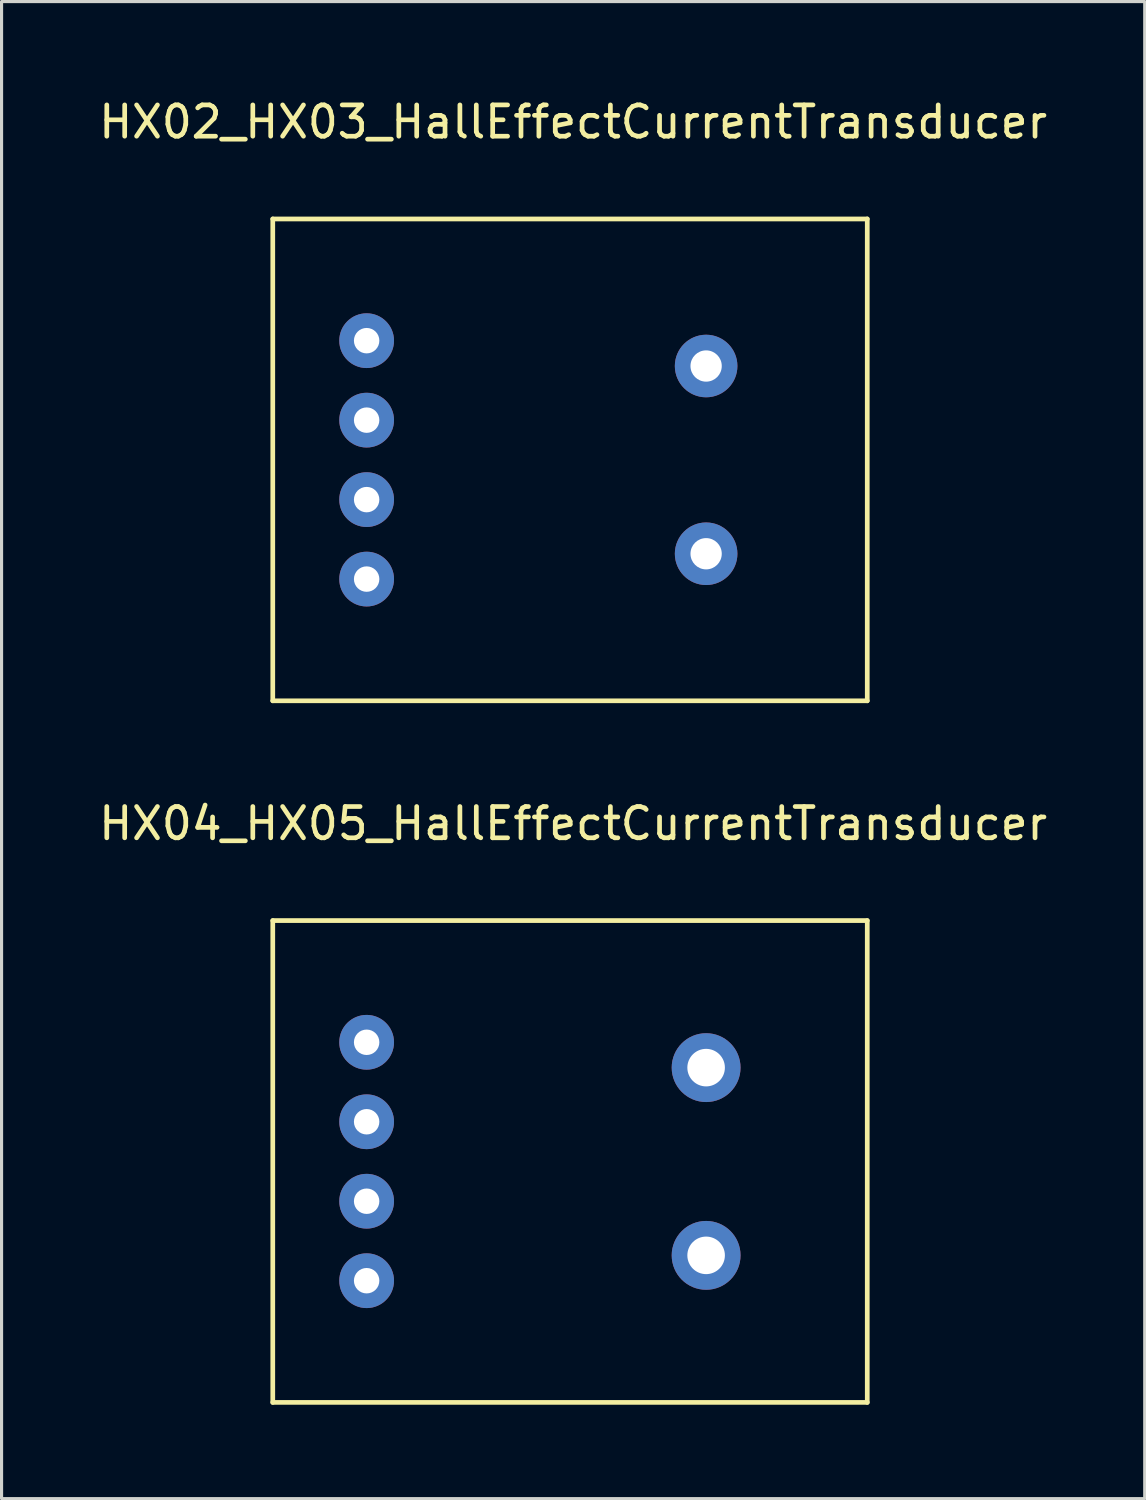
<source format=kicad_pcb>
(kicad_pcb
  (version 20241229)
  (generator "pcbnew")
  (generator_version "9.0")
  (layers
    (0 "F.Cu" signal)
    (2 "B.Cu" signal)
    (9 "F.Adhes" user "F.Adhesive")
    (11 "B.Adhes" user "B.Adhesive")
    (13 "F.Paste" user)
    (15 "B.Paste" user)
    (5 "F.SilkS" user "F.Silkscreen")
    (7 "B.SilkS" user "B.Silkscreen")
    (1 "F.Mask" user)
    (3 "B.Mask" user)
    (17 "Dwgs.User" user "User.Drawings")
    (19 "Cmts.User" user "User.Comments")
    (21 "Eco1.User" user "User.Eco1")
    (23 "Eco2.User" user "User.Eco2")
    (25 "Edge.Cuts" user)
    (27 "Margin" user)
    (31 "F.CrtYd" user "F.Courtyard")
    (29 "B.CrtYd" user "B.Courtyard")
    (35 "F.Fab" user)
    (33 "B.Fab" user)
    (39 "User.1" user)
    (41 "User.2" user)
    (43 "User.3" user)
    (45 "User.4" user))
  (footprint "HX04_HX05_HallEffectCurrentTransducer"
    (layer "F.Cu")
    (at 15.168 34.072)
    (property "Reference" "HX04_HX05_HallEffectCurrentTransducer" (at 0.1 -10.8 0) (layer "F.SilkS") (effects (font (size 1 1) (thickness 0.15))))
    (attr through_hole)
    (fp_line (start -9.5 -7.7) (end -9.5 7.7) (stroke (width 0.15) (type solid)) (layer "F.SilkS"))
    (fp_line (start -9.5 7.7) (end 9.5 7.7) (stroke (width 0.15) (type solid)) (layer "F.SilkS"))
    (fp_line (start 9.5 -7.7) (end -9.5 -7.7) (stroke (width 0.15) (type solid)) (layer "F.SilkS"))
    (fp_line (start 9.5 7.7) (end 9.5 -7.7) (stroke (width 0.15) (type solid)) (layer "F.SilkS"))
    (pad "1" thru_hole circle (at -6.5 -3.81) (size 1.75 1.75) (drill 0.813) (layers "*.Cu" "*.Mask"))
    (pad "2" thru_hole circle (at -6.5 -1.27) (size 1.75 1.75) (drill 0.813) (layers "*.Cu" "*.Mask"))
    (pad "3" thru_hole circle (at -6.5 1.27) (size 1.75 1.75) (drill 0.813) (layers "*.Cu" "*.Mask"))
    (pad "4" thru_hole circle (at -6.5 3.81) (size 1.75 1.75) (drill 0.813) (layers "*.Cu" "*.Mask"))
    (pad "5" thru_hole circle (at 4.35 -3) (size 2.2 2.2) (drill 1.2) (layers "*.Cu" "*.Mask"))
    (pad "6" thru_hole circle (at 4.35 3) (size 2.2 2.2) (drill 1.2) (layers "*.Cu" "*.Mask")))
  (footprint "HX02_HX03_HallEffectCurrentTransducer"
    (layer "F.Cu")
    (at 15.168 11.648)
    (property "Reference" "HX02_HX03_HallEffectCurrentTransducer" (at 0.1 -10.8 0) (layer "F.SilkS") (effects (font (size 1 1) (thickness 0.15))))
    (attr through_hole)
    (fp_line (start -9.5 -7.7) (end -9.5 7.7) (stroke (width 0.15) (type solid)) (layer "F.SilkS"))
    (fp_line (start -9.5 7.7) (end 9.5 7.7) (stroke (width 0.15) (type solid)) (layer "F.SilkS"))
    (fp_line (start 9.5 -7.7) (end -9.5 -7.7) (stroke (width 0.15) (type solid)) (layer "F.SilkS"))
    (fp_line (start 9.5 7.7) (end 9.5 -7.7) (stroke (width 0.15) (type solid)) (layer "F.SilkS"))
    (pad "1" thru_hole circle (at -6.5 -3.81) (size 1.75 1.75) (drill 0.813) (layers "*.Cu" "*.Mask"))
    (pad "2" thru_hole circle (at -6.5 -1.27) (size 1.75 1.75) (drill 0.813) (layers "*.Cu" "*.Mask"))
    (pad "3" thru_hole circle (at -6.5 1.27) (size 1.75 1.75) (drill 0.813) (layers "*.Cu" "*.Mask"))
    (pad "4" thru_hole circle (at -6.5 3.81) (size 1.75 1.75) (drill 0.813) (layers "*.Cu" "*.Mask"))
    (pad "5" thru_hole circle (at 4.35 -3) (size 2 2) (drill 1) (layers "*.Cu" "*.Mask"))
    (pad "6" thru_hole circle (at 4.35 3) (size 2 2) (drill 1) (layers "*.Cu" "*.Mask")))
  (gr_rect
    (start -3 -3)
    (end 33.536 44.846)
    (stroke (width 0.1) (type default))
    (fill no)
    (layer "Edge.Cuts")))
</source>
